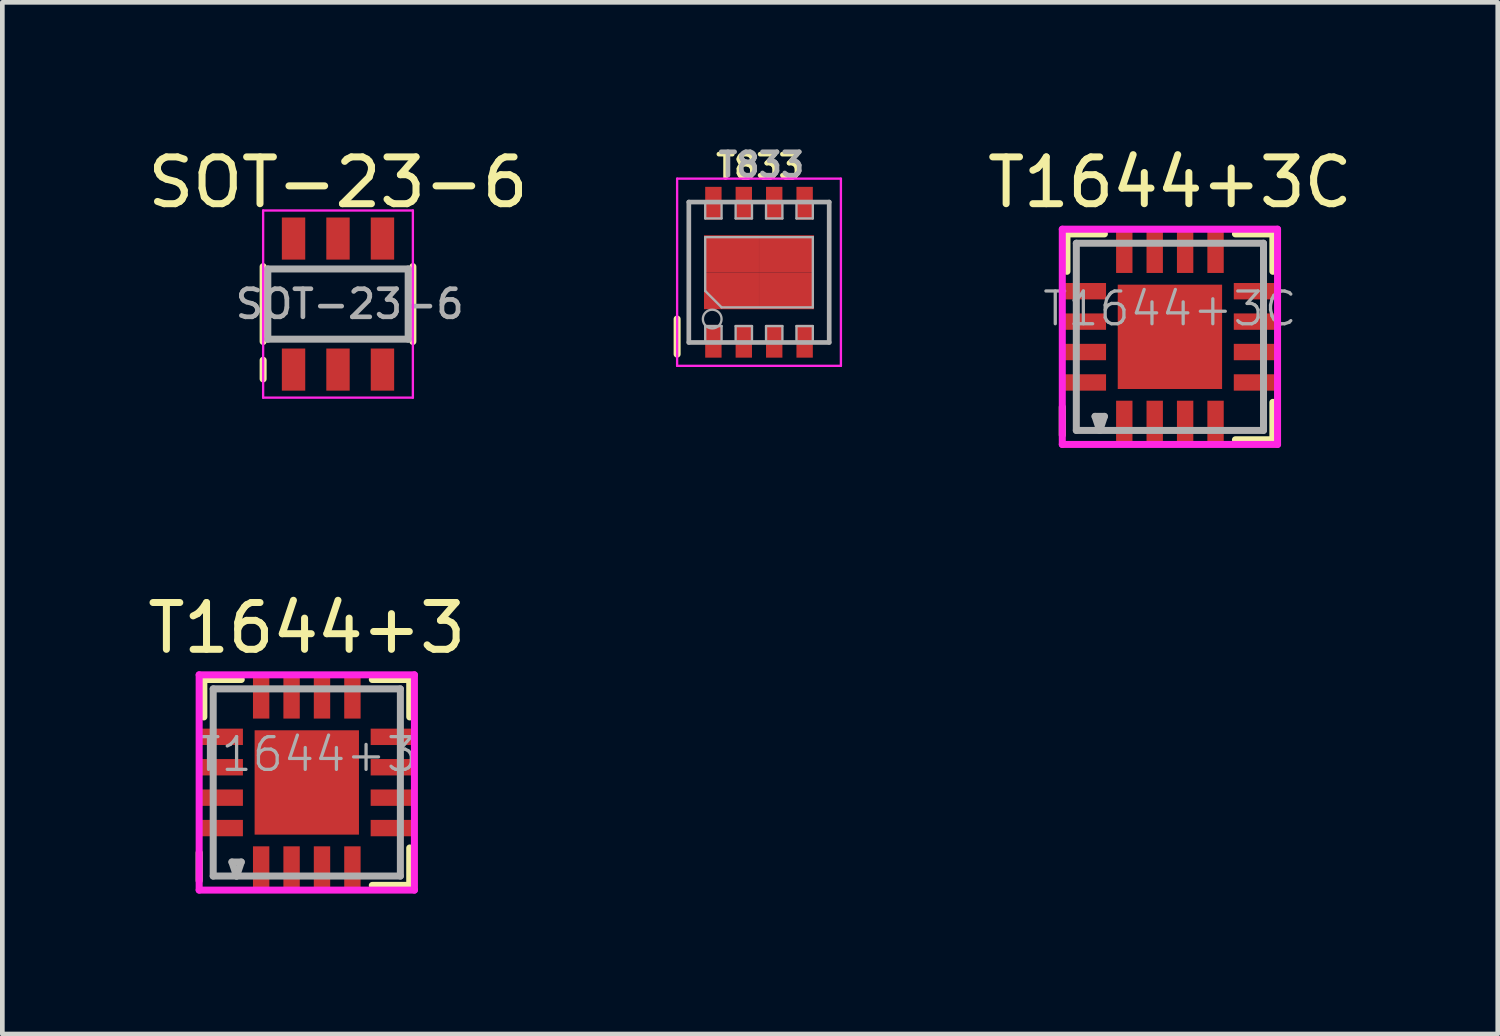
<source format=kicad_pcb>
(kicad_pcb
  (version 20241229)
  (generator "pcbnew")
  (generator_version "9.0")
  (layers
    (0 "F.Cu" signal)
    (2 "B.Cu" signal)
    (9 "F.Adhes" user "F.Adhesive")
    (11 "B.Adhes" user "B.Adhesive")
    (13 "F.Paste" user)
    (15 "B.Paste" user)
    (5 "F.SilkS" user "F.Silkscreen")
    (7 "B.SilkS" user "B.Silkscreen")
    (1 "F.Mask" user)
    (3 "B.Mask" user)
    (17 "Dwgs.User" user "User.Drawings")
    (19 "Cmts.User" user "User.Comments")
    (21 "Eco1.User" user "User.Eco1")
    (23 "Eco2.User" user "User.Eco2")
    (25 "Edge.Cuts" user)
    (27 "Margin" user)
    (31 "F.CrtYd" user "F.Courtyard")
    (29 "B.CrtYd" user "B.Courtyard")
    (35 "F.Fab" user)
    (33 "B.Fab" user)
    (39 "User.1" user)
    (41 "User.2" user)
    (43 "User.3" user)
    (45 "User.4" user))
  (footprint "T833"
    (layer "F.Cu")
    (at 13.17 2.768)
    (property "Reference" "T833" (at 0 -2.25 0) (layer "F.SilkS") (effects (font (size 0.5 0.5) (thickness 0.1))))
    (attr smd)
    (fp_line (start -1.75 1.75) (end -1.75 1) (stroke (width 0.15) (type solid)) (layer "F.SilkS"))
    (fp_line (start -1.75 -2) (end -1.75 2) (stroke (width 0.05) (type solid)) (layer "F.CrtYd"))
    (fp_line (start -1.75 -2) (end 1.75 -2) (stroke (width 0.05) (type solid)) (layer "F.CrtYd"))
    (fp_line (start -1.75 2) (end 1.75 2) (stroke (width 0.05) (type solid)) (layer "F.CrtYd"))
    (fp_line (start 1.75 -2) (end 1.75 2) (stroke (width 0.05) (type solid)) (layer "F.CrtYd"))
    (fp_line (start -1.5 -1.5) (end 1.5 -1.5) (stroke (width 0.1) (type solid)) (layer "F.Fab"))
    (fp_line (start -1.5 1.5) (end -1.5 -1.5) (stroke (width 0.1) (type solid)) (layer "F.Fab"))
    (fp_line (start -1.15 -1.45) (end -1.15 -1.15) (stroke (width 0.05) (type solid)) (layer "F.Fab"))
    (fp_line (start -1.15 -1.15) (end -0.8 -1.15) (stroke (width 0.05) (type solid)) (layer "F.Fab"))
    (fp_line (start -1.15 -0.75) (end 1.15 -0.75) (stroke (width 0.05) (type solid)) (layer "F.Fab"))
    (fp_line (start -1.15 0.4) (end -1.15 -0.75) (stroke (width 0.05) (type solid)) (layer "F.Fab"))
    (fp_line (start -1.15 0.4) (end -0.8 0.75) (stroke (width 0.05) (type solid)) (layer "F.Fab"))
    (fp_line (start -1.15 1.15) (end -1.15 1.45) (stroke (width 0.05) (type solid)) (layer "F.Fab"))
    (fp_line (start -0.8 -1.15) (end -0.8 -1.45) (stroke (width 0.05) (type solid)) (layer "F.Fab"))
    (fp_line (start -0.8 1.15) (end -1.15 1.15) (stroke (width 0.05) (type solid)) (layer "F.Fab"))
    (fp_line (start -0.8 1.15) (end -0.8 1.45) (stroke (width 0.05) (type solid)) (layer "F.Fab"))
    (fp_line (start -0.5 -1.45) (end -0.5 -1.15) (stroke (width 0.05) (type solid)) (layer "F.Fab"))
    (fp_line (start -0.5 -1.15) (end -0.15 -1.15) (stroke (width 0.05) (type solid)) (layer "F.Fab"))
    (fp_line (start -0.5 1.15) (end -0.5 1.45) (stroke (width 0.05) (type solid)) (layer "F.Fab"))
    (fp_line (start -0.15 -1.15) (end -0.15 -1.45) (stroke (width 0.05) (type solid)) (layer "F.Fab"))
    (fp_line (start -0.15 1.15) (end -0.5 1.15) (stroke (width 0.05) (type solid)) (layer "F.Fab"))
    (fp_line (start -0.15 1.15) (end -0.15 1.45) (stroke (width 0.05) (type solid)) (layer "F.Fab"))
    (fp_line (start 0.15 -1.45) (end 0.15 -1.15) (stroke (width 0.05) (type solid)) (layer "F.Fab"))
    (fp_line (start 0.15 -1.15) (end 0.5 -1.15) (stroke (width 0.05) (type solid)) (layer "F.Fab"))
    (fp_line (start 0.15 1.15) (end 0.15 1.45) (stroke (width 0.05) (type solid)) (layer "F.Fab"))
    (fp_line (start 0.5 -1.15) (end 0.5 -1.45) (stroke (width 0.05) (type solid)) (layer "F.Fab"))
    (fp_line (start 0.5 1.15) (end 0.15 1.15) (stroke (width 0.05) (type solid)) (layer "F.Fab"))
    (fp_line (start 0.5 1.15) (end 0.5 1.45) (stroke (width 0.05) (type solid)) (layer "F.Fab"))
    (fp_line (start 0.8 -1.45) (end 0.8 -1.15) (stroke (width 0.05) (type solid)) (layer "F.Fab"))
    (fp_line (start 0.8 -1.15) (end 1.15 -1.15) (stroke (width 0.05) (type solid)) (layer "F.Fab"))
    (fp_line (start 0.8 1.15) (end 0.8 1.45) (stroke (width 0.05) (type solid)) (layer "F.Fab"))
    (fp_line (start 1.15 -1.15) (end 1.15 -1.45) (stroke (width 0.05) (type solid)) (layer "F.Fab"))
    (fp_line (start 1.15 -0.75) (end 1.15 0.75) (stroke (width 0.05) (type solid)) (layer "F.Fab"))
    (fp_line (start 1.15 0.75) (end -0.8 0.75) (stroke (width 0.05) (type solid)) (layer "F.Fab"))
    (fp_line (start 1.15 1.15) (end 0.8 1.15) (stroke (width 0.05) (type solid)) (layer "F.Fab"))
    (fp_line (start 1.15 1.15) (end 1.15 1.45) (stroke (width 0.05) (type solid)) (layer "F.Fab"))
    (fp_line (start 1.5 -1.5) (end 1.5 1.5) (stroke (width 0.1) (type solid)) (layer "F.Fab"))
    (fp_line (start 1.5 1.5) (end -1.5 1.5) (stroke (width 0.1) (type solid)) (layer "F.Fab"))
    (fp_circle (center -1 1) (end -1 0.8) (stroke (width 0.05) (type solid)) (fill no) (layer "F.Fab"))
    (fp_text user "${REFERENCE}" (at 0.05 -2.3 0) (layer "F.Fab") (effects (font (size 0.5 0.5) (thickness 0.1))))
    (pad "1" smd rect (at -0.975 1.475 90) (size 0.7 0.35) (layers "F.Cu" "F.Mask" "F.Paste"))
    (pad "2" smd rect (at -0.325 1.475 90) (size 0.7 0.35) (layers "F.Cu" "F.Mask" "F.Paste"))
    (pad "3" smd rect (at 0.325 1.475 90) (size 0.7 0.35) (layers "F.Cu" "F.Mask" "F.Paste"))
    (pad "4" smd rect (at 0.975 1.475 90) (size 0.7 0.35) (layers "F.Cu" "F.Mask" "F.Paste"))
    (pad "5" smd rect (at 0.975 -1.475 90) (size 0.7 0.35) (layers "F.Cu" "F.Mask" "F.Paste"))
    (pad "6" smd rect (at 0.325 -1.475 90) (size 0.7 0.35) (layers "F.Cu" "F.Mask" "F.Paste"))
    (pad "7" smd rect (at -0.325 -1.475 90) (size 0.7 0.35) (layers "F.Cu" "F.Mask" "F.Paste"))
    (pad "8" smd rect (at -0.975 -1.475 90) (size 0.7 0.35) (layers "F.Cu" "F.Mask" "F.Paste"))
    (pad "9" smd rect (at -0.588 -0.395) (size 1.175 0.79) (layers "F.Cu" "F.Mask" "F.Paste"))
    (pad "9" smd rect (at -0.588 0.395) (size 1.175 0.79) (layers "F.Cu" "F.Mask" "F.Paste"))
    (pad "9" smd rect (at 0.588 -0.395) (size 1.175 0.79) (layers "F.Cu" "F.Mask" "F.Paste"))
    (pad "9" smd rect (at 0.588 0.395) (size 1.175 0.79) (layers "F.Cu" "F.Mask" "F.Paste")))
  (footprint "SOT-23-6"
    (layer "F.Cu")
    (at 4.173 3.448)
    (property "Reference" "SOT-23-6" (at 0 -2.6 180) (layer "F.SilkS") (effects (font (size 1 1) (thickness 0.15))))
    (attr smd)
    (fp_line (start -1.6 -0.8) (end -1.6 0.8) (stroke (width 0.15) (type solid)) (layer "F.SilkS"))
    (fp_line (start -1.6 1.2) (end -1.6 1.6) (stroke (width 0.15) (type solid)) (layer "F.SilkS"))
    (fp_line (start 1.6 -0.8) (end 1.6 0.8) (stroke (width 0.15) (type solid)) (layer "F.SilkS"))
    (fp_line (start -1.6 -2) (end -1.6 2) (stroke (width 0.05) (type solid)) (layer "F.CrtYd"))
    (fp_line (start -1.6 -2) (end 1.6 -2) (stroke (width 0.05) (type solid)) (layer "F.CrtYd"))
    (fp_line (start -1.6 2) (end 1.6 2) (stroke (width 0.05) (type solid)) (layer "F.CrtYd"))
    (fp_line (start 1.6 -2) (end 1.6 2) (stroke (width 0.05) (type solid)) (layer "F.CrtYd"))
    (fp_line (start -1.5 -0.75) (end -1.5 0.75) (stroke (width 0.15) (type solid)) (layer "F.Fab"))
    (fp_line (start -1.5 0.75) (end 1.5 0.75) (stroke (width 0.15) (type solid)) (layer "F.Fab"))
    (fp_line (start 1.5 -0.75) (end -1.5 -0.75) (stroke (width 0.15) (type solid)) (layer "F.Fab"))
    (fp_line (start 1.5 0.75) (end 1.5 -0.75) (stroke (width 0.15) (type solid)) (layer "F.Fab"))
    (fp_text user "${REFERENCE}" (at 0.25 0 0) (layer "F.Fab") (effects (font (size 0.6 0.6) (thickness 0.1))))
    (pad "1" smd rect (at -0.95 1.4) (size 0.5 0.9) (layers "F.Cu" "F.Mask" "F.Paste"))
    (pad "2" smd rect (at 0 1.4) (size 0.5 0.9) (layers "F.Cu" "F.Mask" "F.Paste"))
    (pad "3" smd rect (at 0.95 1.4) (size 0.5 0.9) (layers "F.Cu" "F.Mask" "F.Paste"))
    (pad "4" smd rect (at 0.95 -1.4) (size 0.5 0.9) (layers "F.Cu" "F.Mask" "F.Paste"))
    (pad "5" smd rect (at 0 -1.4) (size 0.5 0.9) (layers "F.Cu" "F.Mask" "F.Paste"))
    (pad "6" smd rect (at -0.95 -1.4) (size 0.5 0.9) (layers "F.Cu" "F.Mask" "F.Paste")))
  (footprint "T1644+3C"
    (layer "F.Cu")
    (at 21.951 4.148)
    (property "Reference" "T1644+3C" (at 0 -3.3 0) (layer "F.SilkS") (effects (font (size 1 1) (thickness 0.15))))
    (attr smd)
    (fp_line (start -2.3 1.5) (end -2.3 2.1) (stroke (width 0.15) (type solid)) (layer "F.SilkS"))
    (fp_line (start -2.2 -2.2) (end -1.4 -2.2) (stroke (width 0.15) (type solid)) (layer "F.SilkS"))
    (fp_line (start -2.2 -1.4) (end -2.2 -2.2) (stroke (width 0.15) (type solid)) (layer "F.SilkS"))
    (fp_line (start 1.4 -2.2) (end 2.2 -2.2) (stroke (width 0.15) (type solid)) (layer "F.SilkS"))
    (fp_line (start 1.4 2.2) (end 2.2 2.2) (stroke (width 0.15) (type solid)) (layer "F.SilkS"))
    (fp_line (start 2.2 -2.2) (end 2.2 -1.4) (stroke (width 0.15) (type solid)) (layer "F.SilkS"))
    (fp_line (start 2.2 2.2) (end 2.2 1.4) (stroke (width 0.15) (type solid)) (layer "F.SilkS"))
    (fp_line (start -2.3 -2.3) (end 2.3 -2.3) (stroke (width 0.15) (type solid)) (layer "F.CrtYd"))
    (fp_line (start -2.3 2.3) (end -2.3 -2.3) (stroke (width 0.15) (type solid)) (layer "F.CrtYd"))
    (fp_line (start 2.3 -2.3) (end 2.3 2.3) (stroke (width 0.15) (type solid)) (layer "F.CrtYd"))
    (fp_line (start 2.3 2.3) (end -2.3 2.3) (stroke (width 0.15) (type solid)) (layer "F.CrtYd"))
    (fp_line (start -2 -2) (end 2 -2) (stroke (width 0.15) (type solid)) (layer "F.Fab"))
    (fp_line (start -2 2) (end -2 -2) (stroke (width 0.15) (type solid)) (layer "F.Fab"))
    (fp_line (start -1.6 1.7) (end -1.5 2) (stroke (width 0.15) (type solid)) (layer "F.Fab"))
    (fp_line (start -1.5 2) (end -1.4 1.7) (stroke (width 0.15) (type solid)) (layer "F.Fab"))
    (fp_line (start -1.4 1.7) (end -1.6 1.7) (stroke (width 0.15) (type solid)) (layer "F.Fab"))
    (fp_line (start 2 -2) (end 2 2) (stroke (width 0.15) (type solid)) (layer "F.Fab"))
    (fp_line (start 2 2) (end -2 2) (stroke (width 0.15) (type solid)) (layer "F.Fab"))
    (fp_text user "${REFERENCE}" (at 0 -0.6 0) (layer "F.Fab") (effects (font (size 0.7 0.7) (thickness 0.07))))
    (pad "1" smd rect (at -0.975 1.84) (size 0.35 0.95) (layers "F.Cu" "F.Mask" "F.Paste"))
    (pad "2" smd rect (at -0.325 1.84) (size 0.35 0.95) (layers "F.Cu" "F.Mask" "F.Paste"))
    (pad "3" smd rect (at 0.325 1.84) (size 0.35 0.95) (layers "F.Cu" "F.Mask" "F.Paste"))
    (pad "4" smd rect (at 0.975 1.84) (size 0.35 0.95) (layers "F.Cu" "F.Mask" "F.Paste"))
    (pad "5" smd rect (at 1.84 0.975) (size 0.95 0.35) (layers "F.Cu" "F.Mask" "F.Paste"))
    (pad "6" smd rect (at 1.84 0.325) (size 0.95 0.35) (layers "F.Cu" "F.Mask" "F.Paste"))
    (pad "7" smd rect (at 1.84 -0.325) (size 0.95 0.35) (layers "F.Cu" "F.Mask" "F.Paste"))
    (pad "8" smd rect (at 1.84 -0.975) (size 0.95 0.35) (layers "F.Cu" "F.Mask" "F.Paste"))
    (pad "9" smd rect (at 0.975 -1.84) (size 0.35 0.95) (layers "F.Cu" "F.Mask" "F.Paste"))
    (pad "10" smd rect (at 0.325 -1.84) (size 0.35 0.95) (layers "F.Cu" "F.Mask" "F.Paste"))
    (pad "11" smd rect (at -0.325 -1.84) (size 0.35 0.95) (layers "F.Cu" "F.Mask" "F.Paste"))
    (pad "12" smd rect (at -0.975 -1.84) (size 0.35 0.95) (layers "F.Cu" "F.Mask" "F.Paste"))
    (pad "13" smd rect (at -1.84 -0.975) (size 0.95 0.35) (layers "F.Cu" "F.Mask" "F.Paste"))
    (pad "14" smd rect (at -1.84 -0.325) (size 0.95 0.35) (layers "F.Cu" "F.Mask" "F.Paste"))
    (pad "15" smd rect (at -1.84 0.325) (size 0.95 0.35) (layers "F.Cu" "F.Mask" "F.Paste"))
    (pad "16" smd rect (at -1.84 0.975) (size 0.95 0.35) (layers "F.Cu" "F.Mask" "F.Paste"))
    (pad "17" smd rect (at 0 0) (size 2.23 2.23) (layers "F.Cu" "F.Mask" "F.Paste")))
  (footprint "T1644+3"
    (layer "F.Cu")
    (at 3.506 13.671)
    (property "Reference" "T1644+3" (at 0 -3.3 0) (layer "F.SilkS") (effects (font (size 1 1) (thickness 0.15))))
    (attr smd)
    (fp_line (start -2.3 1.5) (end -2.3 2.1) (stroke (width 0.15) (type solid)) (layer "F.SilkS"))
    (fp_line (start -2.2 -2.2) (end -1.4 -2.2) (stroke (width 0.15) (type solid)) (layer "F.SilkS"))
    (fp_line (start -2.2 -1.4) (end -2.2 -2.2) (stroke (width 0.15) (type solid)) (layer "F.SilkS"))
    (fp_line (start 1.4 -2.2) (end 2.2 -2.2) (stroke (width 0.15) (type solid)) (layer "F.SilkS"))
    (fp_line (start 1.4 2.2) (end 2.2 2.2) (stroke (width 0.15) (type solid)) (layer "F.SilkS"))
    (fp_line (start 2.2 -2.2) (end 2.2 -1.4) (stroke (width 0.15) (type solid)) (layer "F.SilkS"))
    (fp_line (start 2.2 2.2) (end 2.2 1.4) (stroke (width 0.15) (type solid)) (layer "F.SilkS"))
    (fp_line (start -2.3 -2.3) (end 2.3 -2.3) (stroke (width 0.15) (type solid)) (layer "F.CrtYd"))
    (fp_line (start -2.3 2.3) (end -2.3 -2.3) (stroke (width 0.15) (type solid)) (layer "F.CrtYd"))
    (fp_line (start 2.3 -2.3) (end 2.3 2.3) (stroke (width 0.15) (type solid)) (layer "F.CrtYd"))
    (fp_line (start 2.3 2.3) (end -2.3 2.3) (stroke (width 0.15) (type solid)) (layer "F.CrtYd"))
    (fp_line (start -2 -2) (end 2 -2) (stroke (width 0.15) (type solid)) (layer "F.Fab"))
    (fp_line (start -2 2) (end -2 -2) (stroke (width 0.15) (type solid)) (layer "F.Fab"))
    (fp_line (start -1.6 1.7) (end -1.5 2) (stroke (width 0.15) (type solid)) (layer "F.Fab"))
    (fp_line (start -1.5 2) (end -1.4 1.7) (stroke (width 0.15) (type solid)) (layer "F.Fab"))
    (fp_line (start -1.4 1.7) (end -1.6 1.7) (stroke (width 0.15) (type solid)) (layer "F.Fab"))
    (fp_line (start 2 -2) (end 2 2) (stroke (width 0.15) (type solid)) (layer "F.Fab"))
    (fp_line (start 2 2) (end -2 2) (stroke (width 0.15) (type solid)) (layer "F.Fab"))
    (fp_text user "${REFERENCE}" (at 0 -0.6 0) (layer "F.Fab") (effects (font (size 0.7 0.7) (thickness 0.07))))
    (pad "1" smd rect (at -0.975 1.84) (size 0.35 0.95) (layers "F.Cu" "F.Mask" "F.Paste"))
    (pad "2" smd rect (at -0.325 1.84) (size 0.35 0.95) (layers "F.Cu" "F.Mask" "F.Paste"))
    (pad "3" smd rect (at 0.325 1.84) (size 0.35 0.95) (layers "F.Cu" "F.Mask" "F.Paste"))
    (pad "4" smd rect (at 0.975 1.84) (size 0.35 0.95) (layers "F.Cu" "F.Mask" "F.Paste"))
    (pad "5" smd rect (at 1.84 0.975) (size 0.95 0.35) (layers "F.Cu" "F.Mask" "F.Paste"))
    (pad "6" smd rect (at 1.84 0.325) (size 0.95 0.35) (layers "F.Cu" "F.Mask" "F.Paste"))
    (pad "7" smd rect (at 1.84 -0.325) (size 0.95 0.35) (layers "F.Cu" "F.Mask" "F.Paste"))
    (pad "8" smd rect (at 1.84 -0.975) (size 0.95 0.35) (layers "F.Cu" "F.Mask" "F.Paste"))
    (pad "9" smd rect (at 0.975 -1.84) (size 0.35 0.95) (layers "F.Cu" "F.Mask" "F.Paste"))
    (pad "10" smd rect (at 0.325 -1.84) (size 0.35 0.95) (layers "F.Cu" "F.Mask" "F.Paste"))
    (pad "11" smd rect (at -0.325 -1.84) (size 0.35 0.95) (layers "F.Cu" "F.Mask" "F.Paste"))
    (pad "12" smd rect (at -0.975 -1.84) (size 0.35 0.95) (layers "F.Cu" "F.Mask" "F.Paste"))
    (pad "13" smd rect (at -1.84 -0.975) (size 0.95 0.35) (layers "F.Cu" "F.Mask" "F.Paste"))
    (pad "14" smd rect (at -1.84 -0.325) (size 0.95 0.35) (layers "F.Cu" "F.Mask" "F.Paste"))
    (pad "15" smd rect (at -1.84 0.325) (size 0.95 0.35) (layers "F.Cu" "F.Mask" "F.Paste"))
    (pad "16" smd rect (at -1.84 0.975) (size 0.95 0.35) (layers "F.Cu" "F.Mask" "F.Paste"))
    (pad "17" smd rect (at 0 0) (size 2.23 2.23) (layers "F.Cu" "F.Mask" "F.Paste")))
  (gr_rect
    (start -3 -3)
    (end 28.957 19.047)
    (stroke (width 0.1) (type default))
    (fill no)
    (layer "Edge.Cuts")))
</source>
